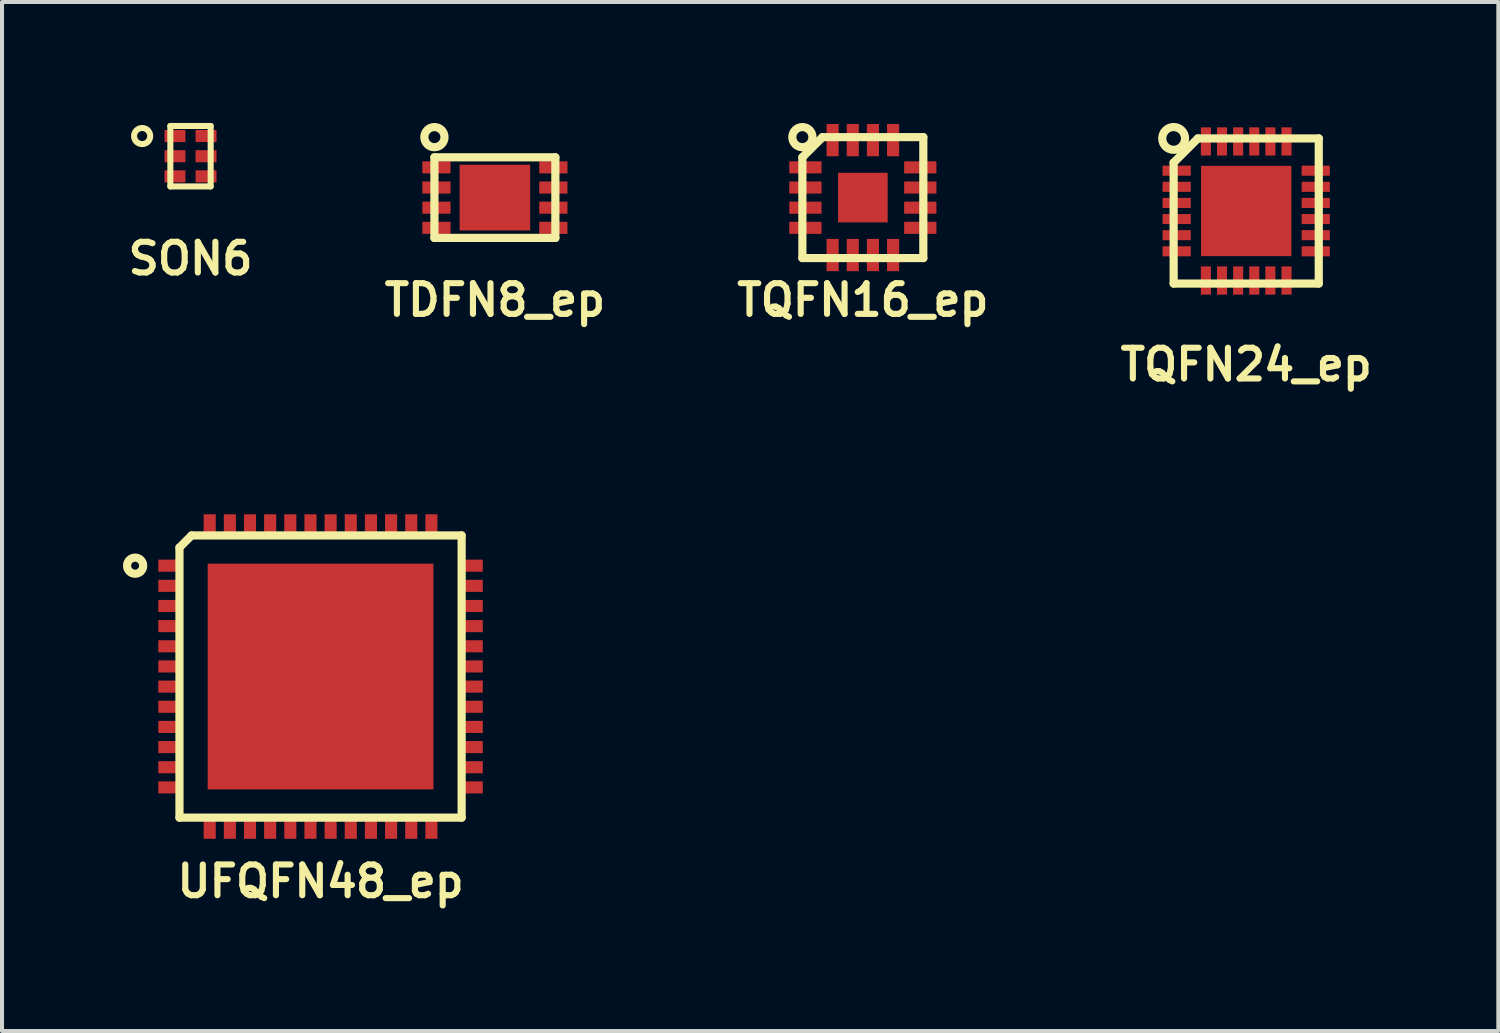
<source format=kicad_pcb>
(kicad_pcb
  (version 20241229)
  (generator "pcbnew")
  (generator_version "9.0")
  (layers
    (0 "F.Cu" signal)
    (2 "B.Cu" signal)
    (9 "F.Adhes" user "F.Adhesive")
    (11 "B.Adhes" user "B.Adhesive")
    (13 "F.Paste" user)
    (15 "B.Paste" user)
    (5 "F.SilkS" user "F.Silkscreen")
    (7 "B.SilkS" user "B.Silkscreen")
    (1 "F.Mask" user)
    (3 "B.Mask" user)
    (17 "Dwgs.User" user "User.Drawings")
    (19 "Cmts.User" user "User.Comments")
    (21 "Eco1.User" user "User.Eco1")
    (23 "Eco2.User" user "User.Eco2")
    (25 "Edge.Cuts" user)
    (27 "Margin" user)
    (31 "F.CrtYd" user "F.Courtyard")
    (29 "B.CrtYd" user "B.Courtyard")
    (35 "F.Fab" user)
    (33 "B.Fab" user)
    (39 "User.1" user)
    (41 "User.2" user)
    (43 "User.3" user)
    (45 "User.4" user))
  (footprint "UFQFN48_ep"
    (layer "F.Cu")
    (at 4.902 13.733)
    (property "Reference" "UFQFN48_ep" (at 0 5.08 0) (layer "F.SilkS") (effects (font (size 0.762 0.762) (thickness 0.152))))
    (attr smd)
    (fp_line (start -3.5 -3.2) (end -3.2 -3.5) (stroke (width 0.203) (type solid)) (layer "F.SilkS"))
    (fp_line (start -3.5 3.5) (end -3.5 -3.2) (stroke (width 0.203) (type solid)) (layer "F.SilkS"))
    (fp_line (start -3.5 3.5) (end 3.5 3.5) (stroke (width 0.203) (type solid)) (layer "F.SilkS"))
    (fp_line (start -3.2 -3.5) (end 3.5 -3.5) (stroke (width 0.203) (type solid)) (layer "F.SilkS"))
    (fp_line (start 3.5 3.5) (end 3.5 -3.5) (stroke (width 0.203) (type solid)) (layer "F.SilkS"))
    (fp_circle (center -4.6 -2.75) (end -4.4 -2.75) (stroke (width 0.203) (type solid)) (fill no) (layer "F.SilkS"))
    (pad "" smd rect (at -1.8 -1.8) (size 1.4 1.4) (layers "F.Paste"))
    (pad "" smd rect (at -1.8 0) (size 1.4 1.4) (layers "F.Paste"))
    (pad "" smd rect (at -1.8 1.8) (size 1.4 1.4) (layers "F.Paste"))
    (pad "" smd rect (at 0 -1.8) (size 1.4 1.4) (layers "F.Paste"))
    (pad "" smd rect (at 0 0) (size 1.4 1.4) (layers "F.Paste"))
    (pad "" smd rect (at 0 1.8) (size 1.4 1.4) (layers "F.Paste"))
    (pad "" smd rect (at 1.8 -1.8) (size 1.4 1.4) (layers "F.Paste"))
    (pad "" smd rect (at 1.8 0) (size 1.4 1.4) (layers "F.Paste"))
    (pad "" smd rect (at 1.8 1.8) (size 1.4 1.4) (layers "F.Paste"))
    (pad "0" smd rect (at 0 0) (size 5.6 5.6) (layers "F.Cu" "F.Mask"))
    (pad "1" smd rect (at -3.75 -2.75) (size 0.55 0.3) (layers "F.Cu" "F.Mask" "F.Paste"))
    (pad "2" smd rect (at -3.75 -2.25) (size 0.55 0.3) (layers "F.Cu" "F.Mask" "F.Paste"))
    (pad "3" smd rect (at -3.75 -1.75) (size 0.55 0.3) (layers "F.Cu" "F.Mask" "F.Paste"))
    (pad "4" smd rect (at -3.75 -1.25) (size 0.55 0.3) (layers "F.Cu" "F.Mask" "F.Paste"))
    (pad "5" smd rect (at -3.75 -0.75) (size 0.55 0.3) (layers "F.Cu" "F.Mask" "F.Paste"))
    (pad "6" smd rect (at -3.75 -0.25) (size 0.55 0.3) (layers "F.Cu" "F.Mask" "F.Paste"))
    (pad "7" smd rect (at -3.75 0.25) (size 0.55 0.3) (layers "F.Cu" "F.Mask" "F.Paste"))
    (pad "8" smd rect (at -3.75 0.75) (size 0.55 0.3) (layers "F.Cu" "F.Mask" "F.Paste"))
    (pad "9" smd rect (at -3.75 1.25) (size 0.55 0.3) (layers "F.Cu" "F.Mask" "F.Paste"))
    (pad "10" smd rect (at -3.75 1.75) (size 0.55 0.3) (layers "F.Cu" "F.Mask" "F.Paste"))
    (pad "11" smd rect (at -3.75 2.25) (size 0.55 0.3) (layers "F.Cu" "F.Mask" "F.Paste"))
    (pad "12" smd rect (at -3.75 2.75) (size 0.55 0.3) (layers "F.Cu" "F.Mask" "F.Paste"))
    (pad "13" smd rect (at -2.75 3.75 90) (size 0.55 0.3) (layers "F.Cu" "F.Mask" "F.Paste"))
    (pad "14" smd rect (at -2.25 3.75 90) (size 0.55 0.3) (layers "F.Cu" "F.Mask" "F.Paste"))
    (pad "15" smd rect (at -1.75 3.75 90) (size 0.55 0.3) (layers "F.Cu" "F.Mask" "F.Paste"))
    (pad "16" smd rect (at -1.25 3.75 90) (size 0.55 0.3) (layers "F.Cu" "F.Mask" "F.Paste"))
    (pad "17" smd rect (at -0.75 3.75 90) (size 0.55 0.3) (layers "F.Cu" "F.Mask" "F.Paste"))
    (pad "18" smd rect (at -0.25 3.75 90) (size 0.55 0.3) (layers "F.Cu" "F.Mask" "F.Paste"))
    (pad "19" smd rect (at 0.25 3.75 90) (size 0.55 0.3) (layers "F.Cu" "F.Mask" "F.Paste"))
    (pad "20" smd rect (at 0.75 3.75 90) (size 0.55 0.3) (layers "F.Cu" "F.Mask" "F.Paste"))
    (pad "21" smd rect (at 1.25 3.75 90) (size 0.55 0.3) (layers "F.Cu" "F.Mask" "F.Paste"))
    (pad "22" smd rect (at 1.75 3.75 90) (size 0.55 0.3) (layers "F.Cu" "F.Mask" "F.Paste"))
    (pad "23" smd rect (at 2.25 3.75 90) (size 0.55 0.3) (layers "F.Cu" "F.Mask" "F.Paste"))
    (pad "24" smd rect (at 2.75 3.75 90) (size 0.55 0.3) (layers "F.Cu" "F.Mask" "F.Paste"))
    (pad "25" smd rect (at 3.75 2.75) (size 0.55 0.3) (layers "F.Cu" "F.Mask" "F.Paste"))
    (pad "26" smd rect (at 3.75 2.25) (size 0.55 0.3) (layers "F.Cu" "F.Mask" "F.Paste"))
    (pad "27" smd rect (at 3.75 1.75) (size 0.55 0.3) (layers "F.Cu" "F.Mask" "F.Paste"))
    (pad "28" smd rect (at 3.75 1.25) (size 0.55 0.3) (layers "F.Cu" "F.Mask" "F.Paste"))
    (pad "29" smd rect (at 3.75 0.75) (size 0.55 0.3) (layers "F.Cu" "F.Mask" "F.Paste"))
    (pad "30" smd rect (at 3.75 0.25) (size 0.55 0.3) (layers "F.Cu" "F.Mask" "F.Paste"))
    (pad "31" smd rect (at 3.75 -0.25) (size 0.55 0.3) (layers "F.Cu" "F.Mask" "F.Paste"))
    (pad "32" smd rect (at 3.75 -0.75) (size 0.55 0.3) (layers "F.Cu" "F.Mask" "F.Paste"))
    (pad "33" smd rect (at 3.75 -1.25) (size 0.55 0.3) (layers "F.Cu" "F.Mask" "F.Paste"))
    (pad "34" smd rect (at 3.75 -1.75) (size 0.55 0.3) (layers "F.Cu" "F.Mask" "F.Paste"))
    (pad "35" smd rect (at 3.75 -2.25) (size 0.55 0.3) (layers "F.Cu" "F.Mask" "F.Paste"))
    (pad "36" smd rect (at 3.75 -2.75) (size 0.55 0.3) (layers "F.Cu" "F.Mask" "F.Paste"))
    (pad "37" smd rect (at 2.75 -3.75 90) (size 0.55 0.3) (layers "F.Cu" "F.Mask" "F.Paste"))
    (pad "38" smd rect (at 2.25 -3.75 90) (size 0.55 0.3) (layers "F.Cu" "F.Mask" "F.Paste"))
    (pad "39" smd rect (at 1.75 -3.75 90) (size 0.55 0.3) (layers "F.Cu" "F.Mask" "F.Paste"))
    (pad "40" smd rect (at 1.25 -3.75 90) (size 0.55 0.3) (layers "F.Cu" "F.Mask" "F.Paste"))
    (pad "41" smd rect (at 0.75 -3.75 90) (size 0.55 0.3) (layers "F.Cu" "F.Mask" "F.Paste"))
    (pad "42" smd rect (at 0.25 -3.75 90) (size 0.55 0.3) (layers "F.Cu" "F.Mask" "F.Paste"))
    (pad "43" smd rect (at -0.25 -3.75 90) (size 0.55 0.3) (layers "F.Cu" "F.Mask" "F.Paste"))
    (pad "44" smd rect (at -0.75 -3.75 90) (size 0.55 0.3) (layers "F.Cu" "F.Mask" "F.Paste"))
    (pad "45" smd rect (at -1.25 -3.75 90) (size 0.55 0.3) (layers "F.Cu" "F.Mask" "F.Paste"))
    (pad "46" smd rect (at -1.75 -3.75 90) (size 0.55 0.3) (layers "F.Cu" "F.Mask" "F.Paste"))
    (pad "47" smd rect (at -2.25 -3.75 90) (size 0.55 0.3) (layers "F.Cu" "F.Mask" "F.Paste"))
    (pad "48" smd rect (at -2.75 -3.75 90) (size 0.55 0.3) (layers "F.Cu" "F.Mask" "F.Paste")))
  (footprint "SON6"
    (layer "F.Cu")
    (at 1.676 0.825)
    (property "Reference" "SON6" (at 0 2.54 0) (layer "F.SilkS") (effects (font (size 0.762 0.762) (thickness 0.152))))
    (attr smd)
    (fp_line (start -0.5 -0.75) (end -0.5 0.75) (stroke (width 0.15) (type solid)) (layer "F.SilkS"))
    (fp_line (start -0.5 0.75) (end 0.5 0.75) (stroke (width 0.15) (type solid)) (layer "F.SilkS"))
    (fp_line (start 0.5 -0.75) (end -0.5 -0.75) (stroke (width 0.15) (type solid)) (layer "F.SilkS"))
    (fp_line (start 0.5 0.75) (end 0.5 -0.75) (stroke (width 0.15) (type solid)) (layer "F.SilkS"))
    (fp_circle (center -1.2 -0.5) (end -1 -0.5) (stroke (width 0.15) (type solid)) (fill no) (layer "F.SilkS"))
    (pad "1" smd rect (at -0.385 -0.5) (size 0.52 0.3) (layers "F.Cu" "F.Mask" "F.Paste"))
    (pad "2" smd rect (at -0.385 0) (size 0.52 0.3) (layers "F.Cu" "F.Mask" "F.Paste"))
    (pad "3" smd rect (at -0.385 0.5) (size 0.52 0.3) (layers "F.Cu" "F.Mask" "F.Paste"))
    (pad "4" smd rect (at 0.385 0.5) (size 0.52 0.3) (layers "F.Cu" "F.Mask" "F.Paste"))
    (pad "5" smd rect (at 0.385 0) (size 0.52 0.3) (layers "F.Cu" "F.Mask" "F.Paste"))
    (pad "6" smd rect (at 0.385 -0.5) (size 0.52 0.3) (layers "F.Cu" "F.Mask" "F.Paste")))
  (footprint "TQFN16_ep"
    (layer "F.Cu")
    (at 18.355 1.852)
    (property "Reference" "TQFN16_ep" (at 0 2.54 0) (layer "F.SilkS") (effects (font (size 0.762 0.762) (thickness 0.152))))
    (attr smd)
    (fp_line (start -1.5 -1) (end -1.5 1.5) (stroke (width 0.203) (type solid)) (layer "F.SilkS"))
    (fp_line (start -1.5 -1) (end -1 -1.5) (stroke (width 0.203) (type solid)) (layer "F.SilkS"))
    (fp_line (start -1.5 1.5) (end 1.5 1.5) (stroke (width 0.203) (type solid)) (layer "F.SilkS"))
    (fp_line (start -1 -1.5) (end 1.5 -1.5) (stroke (width 0.203) (type solid)) (layer "F.SilkS"))
    (fp_line (start 1.5 1.5) (end 1.5 -1.5) (stroke (width 0.203) (type solid)) (layer "F.SilkS"))
    (fp_circle (center -1.5 -1.5) (end -1.5 -1.75) (stroke (width 0.203) (type solid)) (fill no) (layer "F.SilkS"))
    (pad "" smd rect (at -0.4 -0.4) (size 0.3 0.3) (layers "F.Paste"))
    (pad "" smd rect (at -0.4 0) (size 0.3 0.3) (layers "F.Paste"))
    (pad "" smd rect (at -0.4 0.4) (size 0.3 0.3) (layers "F.Paste"))
    (pad "" smd rect (at 0 -0.4) (size 0.3 0.3) (layers "F.Paste"))
    (pad "" smd rect (at 0 0) (size 0.3 0.3) (layers "F.Paste"))
    (pad "" smd rect (at 0 0.4) (size 0.3 0.3) (layers "F.Paste"))
    (pad "" smd rect (at 0.4 -0.4) (size 0.3 0.3) (layers "F.Paste"))
    (pad "" smd rect (at 0.4 0) (size 0.3 0.3) (layers "F.Paste"))
    (pad "" smd rect (at 0.4 0.4) (size 0.3 0.3) (layers "F.Paste"))
    (pad "0" smd rect (at 0 0) (size 1.23 1.23) (layers "F.Cu" "F.Mask"))
    (pad "1" smd rect (at -1.425 -0.75) (size 0.8 0.3) (layers "F.Cu" "F.Mask" "F.Paste"))
    (pad "2" smd rect (at -1.425 -0.25) (size 0.8 0.3) (layers "F.Cu" "F.Mask" "F.Paste"))
    (pad "3" smd rect (at -1.425 0.25) (size 0.8 0.3) (layers "F.Cu" "F.Mask" "F.Paste"))
    (pad "4" smd rect (at -1.425 0.75) (size 0.8 0.3) (layers "F.Cu" "F.Mask" "F.Paste"))
    (pad "5" smd rect (at -0.75 1.425 90) (size 0.8 0.3) (layers "F.Cu" "F.Mask" "F.Paste"))
    (pad "6" smd rect (at -0.25 1.425 90) (size 0.8 0.3) (layers "F.Cu" "F.Mask" "F.Paste"))
    (pad "7" smd rect (at 0.25 1.425 90) (size 0.8 0.3) (layers "F.Cu" "F.Mask" "F.Paste"))
    (pad "8" smd rect (at 0.75 1.425 90) (size 0.8 0.3) (layers "F.Cu" "F.Mask" "F.Paste"))
    (pad "9" smd rect (at 1.425 0.75) (size 0.8 0.3) (layers "F.Cu" "F.Mask" "F.Paste"))
    (pad "10" smd rect (at 1.425 0.25) (size 0.8 0.3) (layers "F.Cu" "F.Mask" "F.Paste"))
    (pad "11" smd rect (at 1.425 -0.25) (size 0.8 0.3) (layers "F.Cu" "F.Mask" "F.Paste"))
    (pad "12" smd rect (at 1.425 -0.75) (size 0.8 0.3) (layers "F.Cu" "F.Mask" "F.Paste"))
    (pad "13" smd rect (at 0.75 -1.425 90) (size 0.8 0.3) (layers "F.Cu" "F.Mask" "F.Paste"))
    (pad "14" smd rect (at 0.25 -1.425 90) (size 0.8 0.3) (layers "F.Cu" "F.Mask" "F.Paste"))
    (pad "15" smd rect (at -0.25 -1.425 90) (size 0.8 0.3) (layers "F.Cu" "F.Mask" "F.Paste"))
    (pad "16" smd rect (at -0.75 -1.425 90) (size 0.8 0.3) (layers "F.Cu" "F.Mask" "F.Paste")))
  (footprint "TDFN8_ep"
    (layer "F.Cu")
    (at 9.227 1.852)
    (property "Reference" "TDFN8_ep" (at 0 2.54 0) (layer "F.SilkS") (effects (font (size 0.762 0.762) (thickness 0.152))))
    (attr smd)
    (fp_line (start -1.5 -1) (end -1.5 1) (stroke (width 0.203) (type solid)) (layer "F.SilkS"))
    (fp_line (start -1.5 1) (end 1.5 1) (stroke (width 0.203) (type solid)) (layer "F.SilkS"))
    (fp_line (start 1.5 -1) (end -1.5 -1) (stroke (width 0.203) (type solid)) (layer "F.SilkS"))
    (fp_line (start 1.5 1) (end 1.5 -1) (stroke (width 0.203) (type solid)) (layer "F.SilkS"))
    (fp_circle (center -1.5 -1.5) (end -1.5 -1.75) (stroke (width 0.203) (type solid)) (fill no) (layer "F.SilkS"))
    (pad "" smd rect (at -0.5 -0.5) (size 0.4 0.4) (layers "F.Paste"))
    (pad "" smd rect (at -0.5 0) (size 0.4 0.4) (layers "F.Paste"))
    (pad "" smd rect (at -0.5 0.5) (size 0.4 0.4) (layers "F.Paste"))
    (pad "" smd rect (at 0 -0.5) (size 0.4 0.4) (layers "F.Paste"))
    (pad "" smd rect (at 0 0) (size 0.4 0.4) (layers "F.Paste"))
    (pad "" smd rect (at 0 0.5) (size 0.4 0.4) (layers "F.Paste"))
    (pad "" smd rect (at 0.5 -0.5) (size 0.4 0.4) (layers "F.Paste"))
    (pad "" smd rect (at 0.5 0) (size 0.4 0.4) (layers "F.Paste"))
    (pad "" smd rect (at 0.5 0.5) (size 0.4 0.4) (layers "F.Paste"))
    (pad "0" smd rect (at 0 0) (size 1.75 1.63) (layers "F.Cu" "F.Mask"))
    (pad "1" smd rect (at -1.45 -0.75) (size 0.7 0.3) (layers "F.Cu" "F.Mask" "F.Paste"))
    (pad "2" smd rect (at -1.45 -0.25) (size 0.7 0.3) (layers "F.Cu" "F.Mask" "F.Paste"))
    (pad "3" smd rect (at -1.45 0.25) (size 0.7 0.3) (layers "F.Cu" "F.Mask" "F.Paste"))
    (pad "4" smd rect (at -1.45 0.75) (size 0.7 0.3) (layers "F.Cu" "F.Mask" "F.Paste"))
    (pad "5" smd rect (at 1.45 0.75) (size 0.7 0.3) (layers "F.Cu" "F.Mask" "F.Paste"))
    (pad "6" smd rect (at 1.45 0.25) (size 0.7 0.3) (layers "F.Cu" "F.Mask" "F.Paste"))
    (pad "7" smd rect (at 1.45 -0.25) (size 0.7 0.3) (layers "F.Cu" "F.Mask" "F.Paste"))
    (pad "8" smd rect (at 1.45 -0.75) (size 0.7 0.3) (layers "F.Cu" "F.Mask" "F.Paste")))
  (footprint "TQFN24_ep"
    (layer "F.Cu")
    (at 27.865 2.184)
    (property "Reference" "TQFN24_ep" (at 0 3.81 0) (layer "F.SilkS") (effects (font (size 0.762 0.762) (thickness 0.152))))
    (attr smd)
    (fp_line (start -1.8 -1.2) (end -1.2 -1.8) (stroke (width 0.203) (type solid)) (layer "F.SilkS"))
    (fp_line (start -1.8 1.8) (end -1.8 -1.2) (stroke (width 0.203) (type solid)) (layer "F.SilkS"))
    (fp_line (start -1.8 1.8) (end 1.8 1.8) (stroke (width 0.203) (type solid)) (layer "F.SilkS"))
    (fp_line (start -1.2 -1.8) (end 1.8 -1.8) (stroke (width 0.203) (type solid)) (layer "F.SilkS"))
    (fp_line (start 1.8 1.8) (end 1.8 -1.8) (stroke (width 0.203) (type solid)) (layer "F.SilkS"))
    (fp_circle (center -1.8 -1.8) (end -1.6 -1.6) (stroke (width 0.203) (type solid)) (fill no) (layer "F.SilkS"))
    (pad "" smd rect (at -0.7 -0.7) (size 0.6 0.6) (layers "F.Paste"))
    (pad "" smd rect (at -0.7 0) (size 0.6 0.6) (layers "F.Paste"))
    (pad "" smd rect (at -0.7 0.7) (size 0.6 0.6) (layers "F.Paste"))
    (pad "" smd rect (at 0 -0.7) (size 0.6 0.6) (layers "F.Paste"))
    (pad "" smd rect (at 0 0) (size 0.6 0.6) (layers "F.Paste"))
    (pad "" smd rect (at 0 0.7) (size 0.6 0.6) (layers "F.Paste"))
    (pad "" smd rect (at 0.7 -0.7) (size 0.6 0.6) (layers "F.Paste"))
    (pad "" smd rect (at 0.7 0) (size 0.6 0.6) (layers "F.Paste"))
    (pad "" smd rect (at 0.7 0.7) (size 0.6 0.6) (layers "F.Paste"))
    (pad "0" smd rect (at 0 0) (size 2.24 2.24) (layers "F.Cu" "F.Mask"))
    (pad "1" smd rect (at -1.725 -1) (size 0.7 0.25) (layers "F.Cu" "F.Mask" "F.Paste"))
    (pad "2" smd rect (at -1.725 -0.6) (size 0.7 0.25) (layers "F.Cu" "F.Mask" "F.Paste"))
    (pad "3" smd rect (at -1.725 -0.2) (size 0.7 0.25) (layers "F.Cu" "F.Mask" "F.Paste"))
    (pad "4" smd rect (at -1.725 0.2) (size 0.7 0.25) (layers "F.Cu" "F.Mask" "F.Paste"))
    (pad "5" smd rect (at -1.725 0.6) (size 0.7 0.25) (layers "F.Cu" "F.Mask" "F.Paste"))
    (pad "6" smd rect (at -1.725 1) (size 0.7 0.25) (layers "F.Cu" "F.Mask" "F.Paste"))
    (pad "7" smd rect (at -1 1.725 90) (size 0.7 0.25) (layers "F.Cu" "F.Mask" "F.Paste"))
    (pad "8" smd rect (at -0.6 1.725 90) (size 0.7 0.25) (layers "F.Cu" "F.Mask" "F.Paste"))
    (pad "9" smd rect (at -0.2 1.725 90) (size 0.7 0.25) (layers "F.Cu" "F.Mask" "F.Paste"))
    (pad "10" smd rect (at 0.2 1.725 90) (size 0.7 0.25) (layers "F.Cu" "F.Mask" "F.Paste"))
    (pad "11" smd rect (at 0.6 1.725 90) (size 0.7 0.25) (layers "F.Cu" "F.Mask" "F.Paste"))
    (pad "12" smd rect (at 1 1.725 90) (size 0.7 0.25) (layers "F.Cu" "F.Mask" "F.Paste"))
    (pad "13" smd rect (at 1.725 1) (size 0.7 0.25) (layers "F.Cu" "F.Mask" "F.Paste"))
    (pad "14" smd rect (at 1.725 0.6) (size 0.7 0.25) (layers "F.Cu" "F.Mask" "F.Paste"))
    (pad "15" smd rect (at 1.725 0.2) (size 0.7 0.25) (layers "F.Cu" "F.Mask" "F.Paste"))
    (pad "16" smd rect (at 1.725 -0.2) (size 0.7 0.25) (layers "F.Cu" "F.Mask" "F.Paste"))
    (pad "17" smd rect (at 1.725 -0.6) (size 0.7 0.25) (layers "F.Cu" "F.Mask" "F.Paste"))
    (pad "18" smd rect (at 1.725 -1) (size 0.7 0.25) (layers "F.Cu" "F.Mask" "F.Paste"))
    (pad "19" smd rect (at 1 -1.725 90) (size 0.7 0.25) (layers "F.Cu" "F.Mask" "F.Paste"))
    (pad "20" smd rect (at 0.6 -1.725 90) (size 0.7 0.25) (layers "F.Cu" "F.Mask" "F.Paste"))
    (pad "21" smd rect (at 0.2 -1.725 90) (size 0.7 0.25) (layers "F.Cu" "F.Mask" "F.Paste"))
    (pad "22" smd rect (at -0.2 -1.725 90) (size 0.7 0.25) (layers "F.Cu" "F.Mask" "F.Paste"))
    (pad "23" smd rect (at -0.6 -1.725 90) (size 0.7 0.25) (layers "F.Cu" "F.Mask" "F.Paste"))
    (pad "24" smd rect (at -1 -1.725 90) (size 0.7 0.25) (layers "F.Cu" "F.Mask" "F.Paste")))
  (gr_rect
    (start -3 -3)
    (end 34.12 22.526)
    (stroke (width 0.1) (type default))
    (fill no)
    (layer "Edge.Cuts")))
</source>
